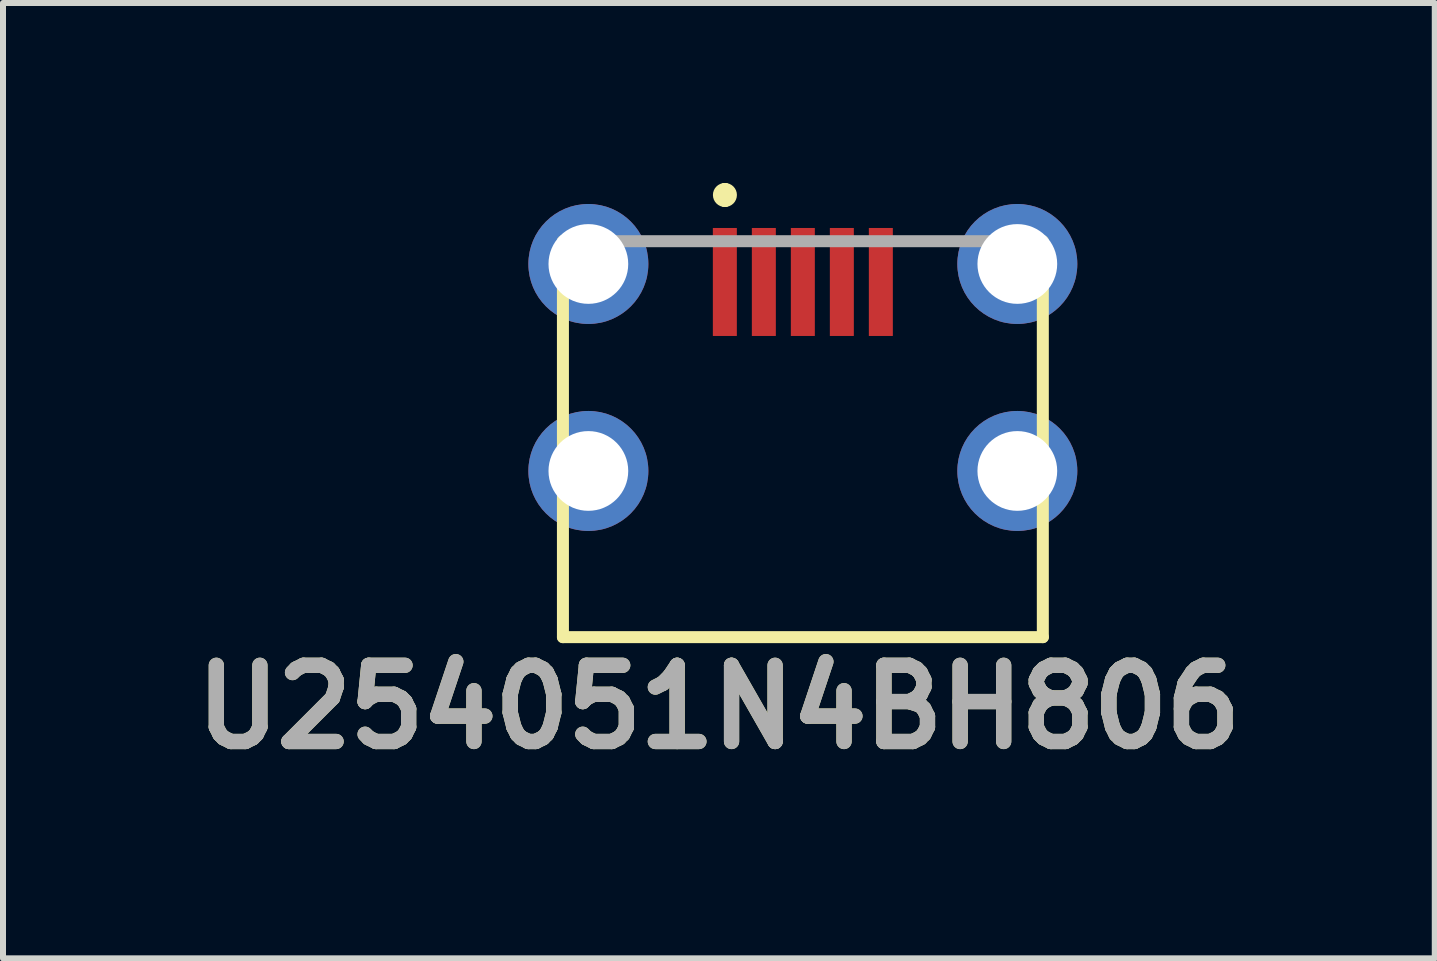
<source format=kicad_pcb>
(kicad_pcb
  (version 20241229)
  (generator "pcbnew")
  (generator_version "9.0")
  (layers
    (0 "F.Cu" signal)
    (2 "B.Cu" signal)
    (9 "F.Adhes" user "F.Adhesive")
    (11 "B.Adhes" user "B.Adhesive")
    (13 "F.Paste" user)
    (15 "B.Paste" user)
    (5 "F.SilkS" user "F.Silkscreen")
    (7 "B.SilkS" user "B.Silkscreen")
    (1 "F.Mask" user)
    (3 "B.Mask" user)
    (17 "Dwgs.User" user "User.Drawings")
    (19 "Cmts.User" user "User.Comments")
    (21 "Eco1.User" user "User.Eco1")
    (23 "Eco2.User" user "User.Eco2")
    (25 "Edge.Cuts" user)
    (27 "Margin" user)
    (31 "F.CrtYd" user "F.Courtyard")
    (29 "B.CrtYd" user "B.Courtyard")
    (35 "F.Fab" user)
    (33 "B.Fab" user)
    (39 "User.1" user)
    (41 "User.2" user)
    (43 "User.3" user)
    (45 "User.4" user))
  (footprint "U254051N4BH806"
    (layer "F.Cu")
    (at 10.332 3.835)
    (property "Reference" "U254051N4BH806" (at -1.4 4.9 0) (layer "F.SilkS") (effects (font (size 1.27 1.27) (thickness 0.254))))
    (attr through_hole)
    (fp_line (start -3.999 3.735) (end -3.999 -2.865) (stroke (width 0.2) (type solid)) (layer "F.SilkS"))
    (fp_line (start -1.299 -3.735) (end -1.299 -3.735) (stroke (width 0.2) (type solid)) (layer "F.SilkS"))
    (fp_line (start -1.299 -3.535) (end -1.299 -3.535) (stroke (width 0.2) (type solid)) (layer "F.SilkS"))
    (fp_line (start 4 -2.865) (end 4 3.735) (stroke (width 0.2) (type solid)) (layer "F.SilkS"))
    (fp_line (start 4 3.735) (end -3.999 3.735) (stroke (width 0.2) (type solid)) (layer "F.SilkS"))
    (fp_arc (start -1.299 -3.735) (mid -1.199 -3.635) (end -1.299 -3.535) (stroke (width 0.2) (type solid)) (layer "F.SilkS"))
    (fp_arc (start -1.299 -3.535) (mid -1.399 -3.635) (end -1.299 -3.735) (stroke (width 0.2) (type solid)) (layer "F.SilkS"))
    (fp_line (start -3.999 -2.865) (end 4 -2.865) (stroke (width 0.2) (type solid)) (layer "F.Fab"))
    (fp_text user "${REFERENCE}" (at -1.4 4.9 0) (layer "F.Fab") (effects (font (size 1.27 1.27) (thickness 0.254))))
    (pad "" np_thru_hole circle (at -2 -1.165) (size 0.001 0.001) (drill 0.65) (layers "*.Cu" "*.Mask"))
    (pad "" np_thru_hole circle (at 2 -1.165) (size 0.001 0.001) (drill 0.65) (layers "*.Cu" "*.Mask"))
    (pad "1" smd rect (at -1.3 -2.185) (size 0.4 1.8) (layers "F.Cu" "F.Mask" "F.Paste"))
    (pad "2" smd rect (at -0.65 -2.185) (size 0.4 1.8) (layers "F.Cu" "F.Mask" "F.Paste"))
    (pad "3" smd rect (at 0 -2.185) (size 0.4 1.8) (layers "F.Cu" "F.Mask" "F.Paste"))
    (pad "4" smd rect (at 0.65 -2.185) (size 0.4 1.8) (layers "F.Cu" "F.Mask" "F.Paste"))
    (pad "5" smd rect (at 1.3 -2.185) (size 0.4 1.8) (layers "F.Cu" "F.Mask" "F.Paste"))
    (pad "6" thru_hole circle (at -3.575 -2.485) (size 2 2) (drill 1.329) (layers "*.Cu" "*.Mask"))
    (pad "6" thru_hole circle (at -3.575 0.965) (size 2 2) (drill 1.329) (layers "*.Cu" "*.Mask"))
    (pad "6" thru_hole circle (at 3.575 -2.485) (size 2 2) (drill 1.329) (layers "*.Cu" "*.Mask"))
    (pad "6" thru_hole circle (at 3.575 0.965) (size 2 2) (drill 1.329) (layers "*.Cu" "*.Mask")))
  (gr_rect
    (start -3 -3)
    (end 20.865 12.924)
    (stroke (width 0.1) (type default))
    (fill no)
    (layer "Edge.Cuts")))
</source>
